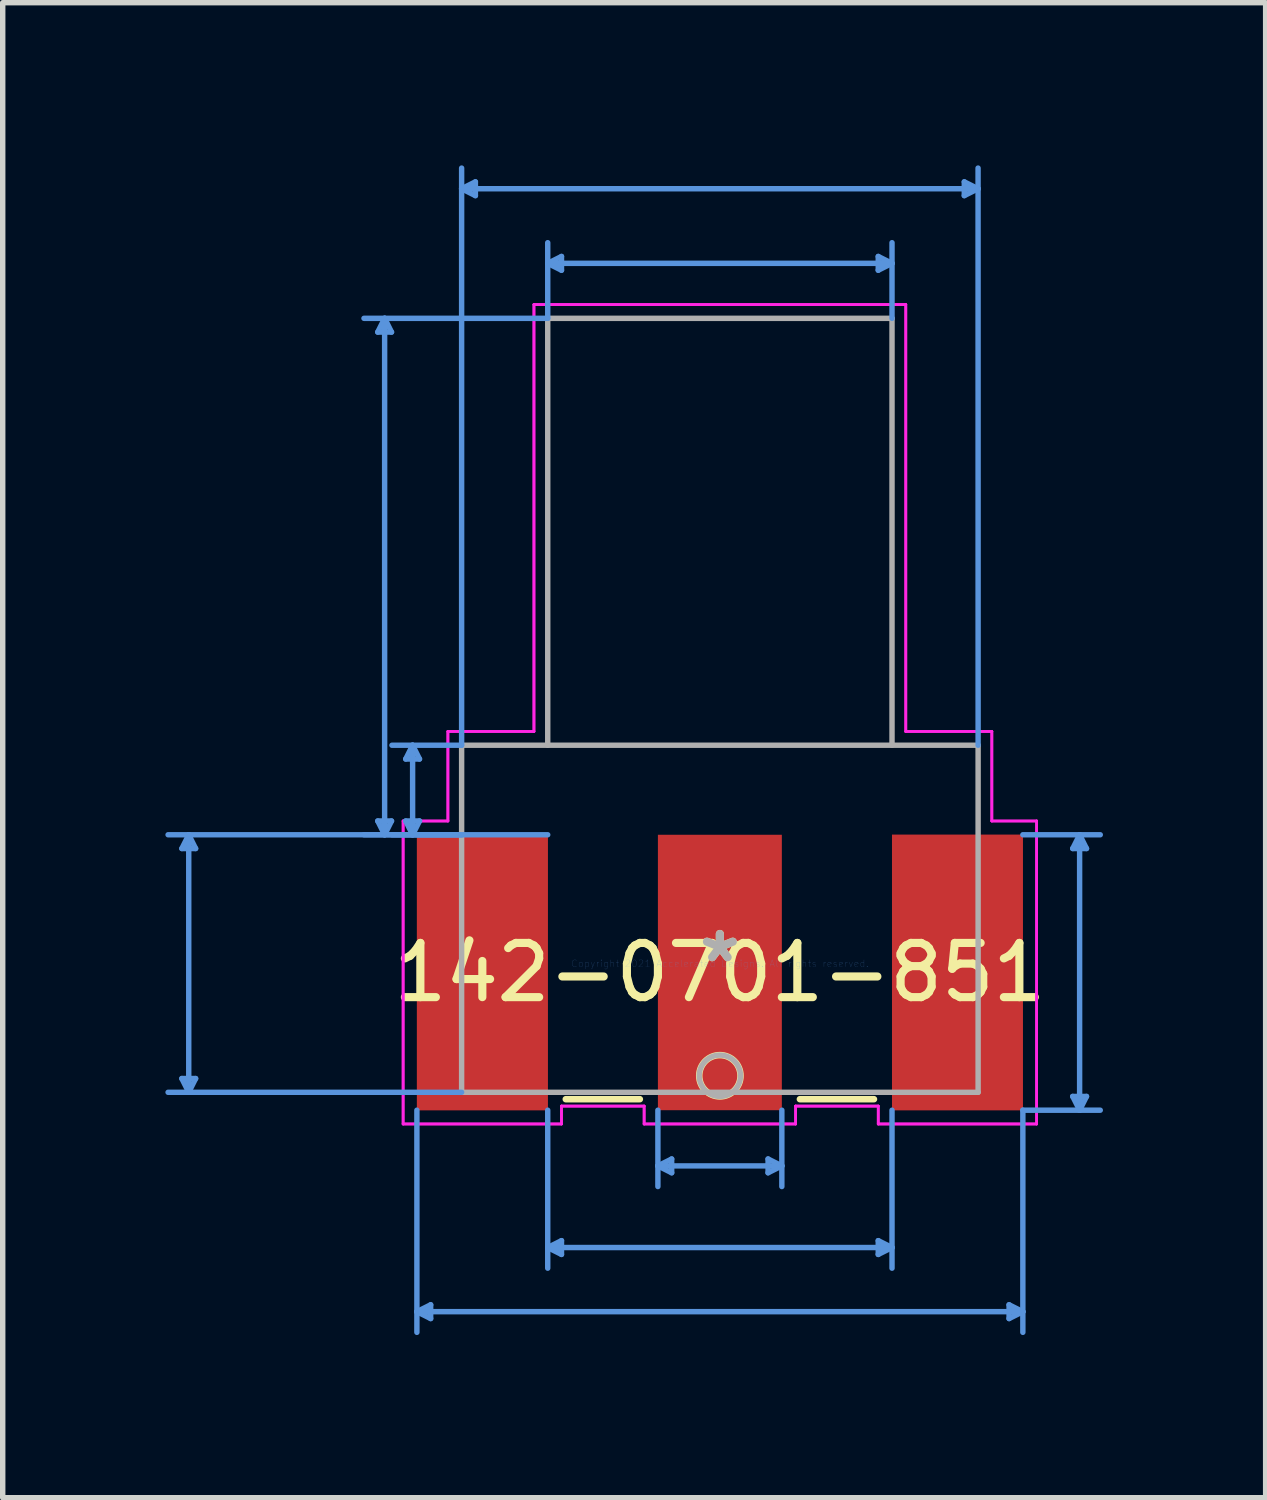
<source format=kicad_pcb>
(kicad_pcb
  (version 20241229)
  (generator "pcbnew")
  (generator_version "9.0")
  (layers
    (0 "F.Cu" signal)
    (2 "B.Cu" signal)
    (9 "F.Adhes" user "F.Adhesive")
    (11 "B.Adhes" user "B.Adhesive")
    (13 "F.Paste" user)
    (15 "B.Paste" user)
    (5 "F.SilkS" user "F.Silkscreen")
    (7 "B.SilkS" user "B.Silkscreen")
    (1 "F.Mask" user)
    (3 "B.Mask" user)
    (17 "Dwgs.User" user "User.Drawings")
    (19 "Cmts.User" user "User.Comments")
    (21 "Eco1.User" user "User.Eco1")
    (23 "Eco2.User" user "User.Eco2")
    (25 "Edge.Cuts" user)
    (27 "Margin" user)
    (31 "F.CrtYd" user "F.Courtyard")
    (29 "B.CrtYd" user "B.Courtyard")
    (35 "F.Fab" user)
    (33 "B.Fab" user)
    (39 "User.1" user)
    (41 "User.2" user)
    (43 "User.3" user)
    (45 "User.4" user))
  (footprint "142-0701-851"
    (layer "F.Cu")
    (at 10.227 14.721)
    (property "Reference" "142-0701-851" (at 0 0.165 0) (layer "F.SilkS") (effects (font (size 1 1) (thickness 0.15))))
    (attr through_hole)
    (fp_line (start -2.842 2.502) (end -1.476 2.502) (stroke (width 0.12) (type solid)) (layer "F.SilkS"))
    (fp_line (start 1.476 2.502) (end 2.842 2.502) (stroke (width 0.12) (type solid)) (layer "F.SilkS"))
    (fp_circle (center 0 2.07) (end 0.381 2.07) (stroke (width 0.12) (type solid)) (fill no) (layer "F.SilkS"))
    (fp_line (start -9.923 2.121) (end -9.796 2.375) (stroke (width 0.1) (type solid)) (layer "Cmts.User"))
    (fp_line (start -9.923 -2.121) (end -9.796 -2.375) (stroke (width 0.1) (type solid)) (layer "Cmts.User"))
    (fp_line (start -9.923 -2.121) (end -9.669 -2.121) (stroke (width 0.1) (type solid)) (layer "Cmts.User"))
    (fp_line (start -9.796 2.375) (end -9.796 -2.375) (stroke (width 0.1) (type solid)) (layer "Cmts.User"))
    (fp_line (start -9.669 2.121) (end -9.923 2.121) (stroke (width 0.1) (type solid)) (layer "Cmts.User"))
    (fp_line (start -9.669 2.121) (end -9.796 2.375) (stroke (width 0.1) (type solid)) (layer "Cmts.User"))
    (fp_line (start -9.669 -2.121) (end -9.796 -2.375) (stroke (width 0.1) (type solid)) (layer "Cmts.User"))
    (fp_line (start -6.31 -2.629) (end -6.183 -2.375) (stroke (width 0.1) (type solid)) (layer "Cmts.User"))
    (fp_line (start -6.31 -11.646) (end -6.183 -11.9) (stroke (width 0.1) (type solid)) (layer "Cmts.User"))
    (fp_line (start -6.31 -11.646) (end -6.056 -11.646) (stroke (width 0.1) (type solid)) (layer "Cmts.User"))
    (fp_line (start -6.183 -2.375) (end -6.183 -11.9) (stroke (width 0.1) (type solid)) (layer "Cmts.User"))
    (fp_line (start -6.056 -2.629) (end -6.31 -2.629) (stroke (width 0.1) (type solid)) (layer "Cmts.User"))
    (fp_line (start -6.056 -2.629) (end -6.183 -2.375) (stroke (width 0.1) (type solid)) (layer "Cmts.User"))
    (fp_line (start -6.056 -11.646) (end -6.183 -11.9) (stroke (width 0.1) (type solid)) (layer "Cmts.User"))
    (fp_line (start -5.794 -2.629) (end -5.667 -2.375) (stroke (width 0.1) (type solid)) (layer "Cmts.User"))
    (fp_line (start -5.794 -3.772) (end -5.667 -4.026) (stroke (width 0.1) (type solid)) (layer "Cmts.User"))
    (fp_line (start -5.794 -3.772) (end -5.54 -3.772) (stroke (width 0.1) (type solid)) (layer "Cmts.User"))
    (fp_line (start -5.667 -2.375) (end -5.667 -4.026) (stroke (width 0.1) (type solid)) (layer "Cmts.User"))
    (fp_line (start -5.588 6.421) (end 5.588 6.421) (stroke (width 0.1) (type solid)) (layer "Cmts.User"))
    (fp_line (start -5.588 2.705) (end -5.588 6.802) (stroke (width 0.1) (type solid)) (layer "Cmts.User"))
    (fp_line (start -5.54 -2.629) (end -5.794 -2.629) (stroke (width 0.1) (type solid)) (layer "Cmts.User"))
    (fp_line (start -5.54 -2.629) (end -5.667 -2.375) (stroke (width 0.1) (type solid)) (layer "Cmts.User"))
    (fp_line (start -5.54 -3.772) (end -5.667 -4.026) (stroke (width 0.1) (type solid)) (layer "Cmts.User"))
    (fp_line (start -5.334 6.294) (end -5.588 6.421) (stroke (width 0.1) (type solid)) (layer "Cmts.User"))
    (fp_line (start -5.334 6.548) (end -5.588 6.421) (stroke (width 0.1) (type solid)) (layer "Cmts.User"))
    (fp_line (start -5.334 6.548) (end -5.334 6.294) (stroke (width 0.1) (type solid)) (layer "Cmts.User"))
    (fp_line (start -4.763 -14.29) (end 4.762 -14.29) (stroke (width 0.1) (type solid)) (layer "Cmts.User"))
    (fp_line (start -4.763 -4.026) (end -6.048 -4.026) (stroke (width 0.1) (type solid)) (layer "Cmts.User"))
    (fp_line (start -4.763 -4.026) (end -4.763 -14.671) (stroke (width 0.1) (type solid)) (layer "Cmts.User"))
    (fp_line (start -4.763 -2.375) (end -10.177 -2.375) (stroke (width 0.1) (type solid)) (layer "Cmts.User"))
    (fp_line (start -4.763 -2.375) (end -6.048 -2.375) (stroke (width 0.1) (type solid)) (layer "Cmts.User"))
    (fp_line (start -4.763 2.375) (end -10.177 2.375) (stroke (width 0.1) (type solid)) (layer "Cmts.User"))
    (fp_line (start -4.509 -14.417) (end -4.763 -14.29) (stroke (width 0.1) (type solid)) (layer "Cmts.User"))
    (fp_line (start -4.509 -14.163) (end -4.763 -14.29) (stroke (width 0.1) (type solid)) (layer "Cmts.User"))
    (fp_line (start -4.509 -14.163) (end -4.509 -14.417) (stroke (width 0.1) (type solid)) (layer "Cmts.User"))
    (fp_line (start -3.175 5.238) (end 3.175 5.238) (stroke (width 0.1) (type solid)) (layer "Cmts.User"))
    (fp_line (start -3.175 -12.914) (end 3.175 -12.914) (stroke (width 0.1) (type solid)) (layer "Cmts.User"))
    (fp_line (start -3.175 -11.9) (end -6.564 -11.9) (stroke (width 0.1) (type solid)) (layer "Cmts.User"))
    (fp_line (start -3.175 -11.9) (end -3.175 -13.295) (stroke (width 0.1) (type solid)) (layer "Cmts.User"))
    (fp_line (start -3.175 -2.375) (end -6.564 -2.375) (stroke (width 0.1) (type solid)) (layer "Cmts.User"))
    (fp_line (start -3.175 2.705) (end -3.175 5.619) (stroke (width 0.1) (type solid)) (layer "Cmts.User"))
    (fp_line (start -2.921 5.365) (end -3.175 5.238) (stroke (width 0.1) (type solid)) (layer "Cmts.User"))
    (fp_line (start -2.921 5.365) (end -2.921 5.111) (stroke (width 0.1) (type solid)) (layer "Cmts.User"))
    (fp_line (start -2.921 5.111) (end -3.175 5.238) (stroke (width 0.1) (type solid)) (layer "Cmts.User"))
    (fp_line (start -2.921 -13.041) (end -3.175 -12.914) (stroke (width 0.1) (type solid)) (layer "Cmts.User"))
    (fp_line (start -2.921 -12.787) (end -3.175 -12.914) (stroke (width 0.1) (type solid)) (layer "Cmts.User"))
    (fp_line (start -2.921 -12.787) (end -2.921 -13.041) (stroke (width 0.1) (type solid)) (layer "Cmts.User"))
    (fp_line (start -1.143 3.732) (end 1.143 3.732) (stroke (width 0.1) (type solid)) (layer "Cmts.User"))
    (fp_line (start -1.143 2.705) (end -1.143 4.113) (stroke (width 0.1) (type solid)) (layer "Cmts.User"))
    (fp_line (start -0.889 3.605) (end -1.143 3.732) (stroke (width 0.1) (type solid)) (layer "Cmts.User"))
    (fp_line (start -0.889 3.859) (end -1.143 3.732) (stroke (width 0.1) (type solid)) (layer "Cmts.User"))
    (fp_line (start -0.889 3.859) (end -0.889 3.605) (stroke (width 0.1) (type solid)) (layer "Cmts.User"))
    (fp_line (start 0.889 3.859) (end 1.143 3.732) (stroke (width 0.1) (type solid)) (layer "Cmts.User"))
    (fp_line (start 0.889 3.605) (end 0.889 3.859) (stroke (width 0.1) (type solid)) (layer "Cmts.User"))
    (fp_line (start 0.889 3.605) (end 1.143 3.732) (stroke (width 0.1) (type solid)) (layer "Cmts.User"))
    (fp_line (start 1.143 2.705) (end 1.143 4.113) (stroke (width 0.1) (type solid)) (layer "Cmts.User"))
    (fp_line (start 2.921 5.111) (end 2.921 5.365) (stroke (width 0.1) (type solid)) (layer "Cmts.User"))
    (fp_line (start 2.921 5.111) (end 3.175 5.238) (stroke (width 0.1) (type solid)) (layer "Cmts.User"))
    (fp_line (start 2.921 5.365) (end 3.175 5.238) (stroke (width 0.1) (type solid)) (layer "Cmts.User"))
    (fp_line (start 2.921 -12.787) (end 3.175 -12.914) (stroke (width 0.1) (type solid)) (layer "Cmts.User"))
    (fp_line (start 2.921 -13.041) (end 2.921 -12.787) (stroke (width 0.1) (type solid)) (layer "Cmts.User"))
    (fp_line (start 2.921 -13.041) (end 3.175 -12.914) (stroke (width 0.1) (type solid)) (layer "Cmts.User"))
    (fp_line (start 3.175 -11.9) (end 3.175 -13.295) (stroke (width 0.1) (type solid)) (layer "Cmts.User"))
    (fp_line (start 3.175 2.705) (end 3.175 5.619) (stroke (width 0.1) (type solid)) (layer "Cmts.User"))
    (fp_line (start 4.508 -14.163) (end 4.762 -14.29) (stroke (width 0.1) (type solid)) (layer "Cmts.User"))
    (fp_line (start 4.508 -14.417) (end 4.508 -14.163) (stroke (width 0.1) (type solid)) (layer "Cmts.User"))
    (fp_line (start 4.508 -14.417) (end 4.762 -14.29) (stroke (width 0.1) (type solid)) (layer "Cmts.User"))
    (fp_line (start 4.763 -4.026) (end 4.762 -14.671) (stroke (width 0.1) (type solid)) (layer "Cmts.User"))
    (fp_line (start 5.334 6.548) (end 5.588 6.421) (stroke (width 0.1) (type solid)) (layer "Cmts.User"))
    (fp_line (start 5.334 6.294) (end 5.334 6.548) (stroke (width 0.1) (type solid)) (layer "Cmts.User"))
    (fp_line (start 5.334 6.294) (end 5.588 6.421) (stroke (width 0.1) (type solid)) (layer "Cmts.User"))
    (fp_line (start 5.588 -2.375) (end 7.016 -2.375) (stroke (width 0.1) (type solid)) (layer "Cmts.User"))
    (fp_line (start 5.588 2.705) (end 5.588 6.802) (stroke (width 0.1) (type solid)) (layer "Cmts.User"))
    (fp_line (start 5.588 2.705) (end 7.016 2.705) (stroke (width 0.1) (type solid)) (layer "Cmts.User"))
    (fp_line (start 6.508 2.451) (end 6.635 2.705) (stroke (width 0.1) (type solid)) (layer "Cmts.User"))
    (fp_line (start 6.508 -2.121) (end 6.635 -2.375) (stroke (width 0.1) (type solid)) (layer "Cmts.User"))
    (fp_line (start 6.508 -2.121) (end 6.762 -2.121) (stroke (width 0.1) (type solid)) (layer "Cmts.User"))
    (fp_line (start 6.635 -2.375) (end 6.635 2.705) (stroke (width 0.1) (type solid)) (layer "Cmts.User"))
    (fp_line (start 6.762 2.451) (end 6.508 2.451) (stroke (width 0.1) (type solid)) (layer "Cmts.User"))
    (fp_line (start 6.762 2.451) (end 6.635 2.705) (stroke (width 0.1) (type solid)) (layer "Cmts.User"))
    (fp_line (start 6.762 -2.121) (end 6.635 -2.375) (stroke (width 0.1) (type solid)) (layer "Cmts.User"))
    (fp_line (start -5.842 -2.629) (end -5.842 2.959) (stroke (width 0.05) (type solid)) (layer "F.CrtYd"))
    (fp_line (start -5.842 -2.629) (end -5.842 2.959) (stroke (width 0.05) (type solid)) (layer "F.CrtYd"))
    (fp_line (start -5.842 2.959) (end -2.921 2.959) (stroke (width 0.05) (type solid)) (layer "F.CrtYd"))
    (fp_line (start -5.842 2.959) (end -2.921 2.959) (stroke (width 0.05) (type solid)) (layer "F.CrtYd"))
    (fp_line (start -5.016 -4.28) (end -5.016 -2.629) (stroke (width 0.05) (type solid)) (layer "F.CrtYd"))
    (fp_line (start -5.016 -4.28) (end -5.016 -2.629) (stroke (width 0.05) (type solid)) (layer "F.CrtYd"))
    (fp_line (start -5.016 -2.629) (end -5.842 -2.629) (stroke (width 0.05) (type solid)) (layer "F.CrtYd"))
    (fp_line (start -5.016 -2.629) (end -5.842 -2.629) (stroke (width 0.05) (type solid)) (layer "F.CrtYd"))
    (fp_line (start -3.429 -12.154) (end -3.429 -4.28) (stroke (width 0.05) (type solid)) (layer "F.CrtYd"))
    (fp_line (start -3.429 -12.154) (end -3.429 -4.28) (stroke (width 0.05) (type solid)) (layer "F.CrtYd"))
    (fp_line (start -3.429 -4.28) (end -5.016 -4.28) (stroke (width 0.05) (type solid)) (layer "F.CrtYd"))
    (fp_line (start -3.429 -4.28) (end -5.016 -4.28) (stroke (width 0.05) (type solid)) (layer "F.CrtYd"))
    (fp_line (start -2.921 2.629) (end -1.397 2.629) (stroke (width 0.05) (type solid)) (layer "F.CrtYd"))
    (fp_line (start -2.921 2.629) (end -1.397 2.629) (stroke (width 0.05) (type solid)) (layer "F.CrtYd"))
    (fp_line (start -2.921 2.959) (end -2.921 2.629) (stroke (width 0.05) (type solid)) (layer "F.CrtYd"))
    (fp_line (start -2.921 2.959) (end -2.921 2.629) (stroke (width 0.05) (type solid)) (layer "F.CrtYd"))
    (fp_line (start -1.397 2.629) (end -1.397 2.959) (stroke (width 0.05) (type solid)) (layer "F.CrtYd"))
    (fp_line (start -1.397 2.629) (end -1.397 2.959) (stroke (width 0.05) (type solid)) (layer "F.CrtYd"))
    (fp_line (start -1.397 2.959) (end 1.397 2.959) (stroke (width 0.05) (type solid)) (layer "F.CrtYd"))
    (fp_line (start -1.397 2.959) (end 1.397 2.959) (stroke (width 0.05) (type solid)) (layer "F.CrtYd"))
    (fp_line (start 1.397 2.629) (end 2.921 2.629) (stroke (width 0.05) (type solid)) (layer "F.CrtYd"))
    (fp_line (start 1.397 2.629) (end 2.921 2.629) (stroke (width 0.05) (type solid)) (layer "F.CrtYd"))
    (fp_line (start 1.397 2.959) (end 1.397 2.629) (stroke (width 0.05) (type solid)) (layer "F.CrtYd"))
    (fp_line (start 1.397 2.959) (end 1.397 2.629) (stroke (width 0.05) (type solid)) (layer "F.CrtYd"))
    (fp_line (start 2.921 2.629) (end 2.921 2.959) (stroke (width 0.05) (type solid)) (layer "F.CrtYd"))
    (fp_line (start 2.921 2.629) (end 2.921 2.959) (stroke (width 0.05) (type solid)) (layer "F.CrtYd"))
    (fp_line (start 2.921 2.959) (end 5.842 2.959) (stroke (width 0.05) (type solid)) (layer "F.CrtYd"))
    (fp_line (start 2.921 2.959) (end 5.842 2.959) (stroke (width 0.05) (type solid)) (layer "F.CrtYd"))
    (fp_line (start 3.429 -12.154) (end -3.429 -12.154) (stroke (width 0.05) (type solid)) (layer "F.CrtYd"))
    (fp_line (start 3.429 -12.154) (end -3.429 -12.154) (stroke (width 0.05) (type solid)) (layer "F.CrtYd"))
    (fp_line (start 3.429 -4.28) (end 3.429 -12.154) (stroke (width 0.05) (type solid)) (layer "F.CrtYd"))
    (fp_line (start 3.429 -4.28) (end 3.429 -12.154) (stroke (width 0.05) (type solid)) (layer "F.CrtYd"))
    (fp_line (start 5.016 -4.28) (end 3.429 -4.28) (stroke (width 0.05) (type solid)) (layer "F.CrtYd"))
    (fp_line (start 5.016 -4.28) (end 3.429 -4.28) (stroke (width 0.05) (type solid)) (layer "F.CrtYd"))
    (fp_line (start 5.016 -2.629) (end 5.016 -4.28) (stroke (width 0.05) (type solid)) (layer "F.CrtYd"))
    (fp_line (start 5.016 -2.629) (end 5.016 -4.28) (stroke (width 0.05) (type solid)) (layer "F.CrtYd"))
    (fp_line (start 5.842 -2.629) (end 5.016 -2.629) (stroke (width 0.05) (type solid)) (layer "F.CrtYd"))
    (fp_line (start 5.842 -2.629) (end 5.016 -2.629) (stroke (width 0.05) (type solid)) (layer "F.CrtYd"))
    (fp_line (start 5.842 2.959) (end 5.842 -2.629) (stroke (width 0.05) (type solid)) (layer "F.CrtYd"))
    (fp_line (start 5.842 2.959) (end 5.842 -2.629) (stroke (width 0.05) (type solid)) (layer "F.CrtYd"))
    (fp_line (start -4.763 -4.026) (end -4.763 2.375) (stroke (width 0.1) (type solid)) (layer "F.Fab"))
    (fp_line (start -4.763 2.375) (end 4.763 2.375) (stroke (width 0.1) (type solid)) (layer "F.Fab"))
    (fp_line (start -3.175 -11.9) (end 3.175 -11.9) (stroke (width 0.1) (type solid)) (layer "F.Fab"))
    (fp_line (start -3.175 -4.026) (end -3.175 -11.9) (stroke (width 0.1) (type solid)) (layer "F.Fab"))
    (fp_line (start 3.175 -11.9) (end 3.175 -4.026) (stroke (width 0.1) (type solid)) (layer "F.Fab"))
    (fp_line (start 4.763 -4.026) (end -4.763 -4.026) (stroke (width 0.1) (type solid)) (layer "F.Fab"))
    (fp_line (start 4.763 2.375) (end 4.763 -4.026) (stroke (width 0.1) (type solid)) (layer "F.Fab"))
    (fp_circle (center 0 2.07) (end 0.381 2.07) (stroke (width 0.1) (type solid)) (fill no) (layer "F.Fab"))
    (fp_text user "*" (at 0 0 0) (layer "F.SilkS") (effects (font (size 1 1) (thickness 0.15))))
    (fp_text user "Copyright 2021 Accelerated Designs. All rights reserved." (at 0 0 0) (layer "Cmts.User") (effects (font (size 0.127 0.127) (thickness 0.002))))
    (fp_text user "*" (at 0 0 0) (layer "F.Fab") (effects (font (size 1 1) (thickness 0.15))))
    (pad "1" smd rect (at 0 0.165) (size 2.286 5.08) (layers "F.Cu" "F.Mask" "F.Paste"))
    (pad "2" smd rect (at -4.381 0.165) (size 2.413 5.08) (layers "F.Cu" "F.Mask" "F.Paste"))
    (pad "3" smd rect (at 4.381 0.165) (size 2.413 5.08) (layers "F.Cu" "F.Mask" "F.Paste"))
    (pad "4" smd rect (at -4.381 0.165) (size 2.413 5.08) (layers "F.Cu" "F.Mask" "F.Paste"))
    (pad "5" smd rect (at 4.381 0.165) (size 2.413 5.08) (layers "F.Cu" "F.Mask" "F.Paste")))
  (gr_rect
    (start -3 -3)
    (end 20.293 24.573)
    (stroke (width 0.1) (type default))
    (fill no)
    (layer "Edge.Cuts")))
</source>
